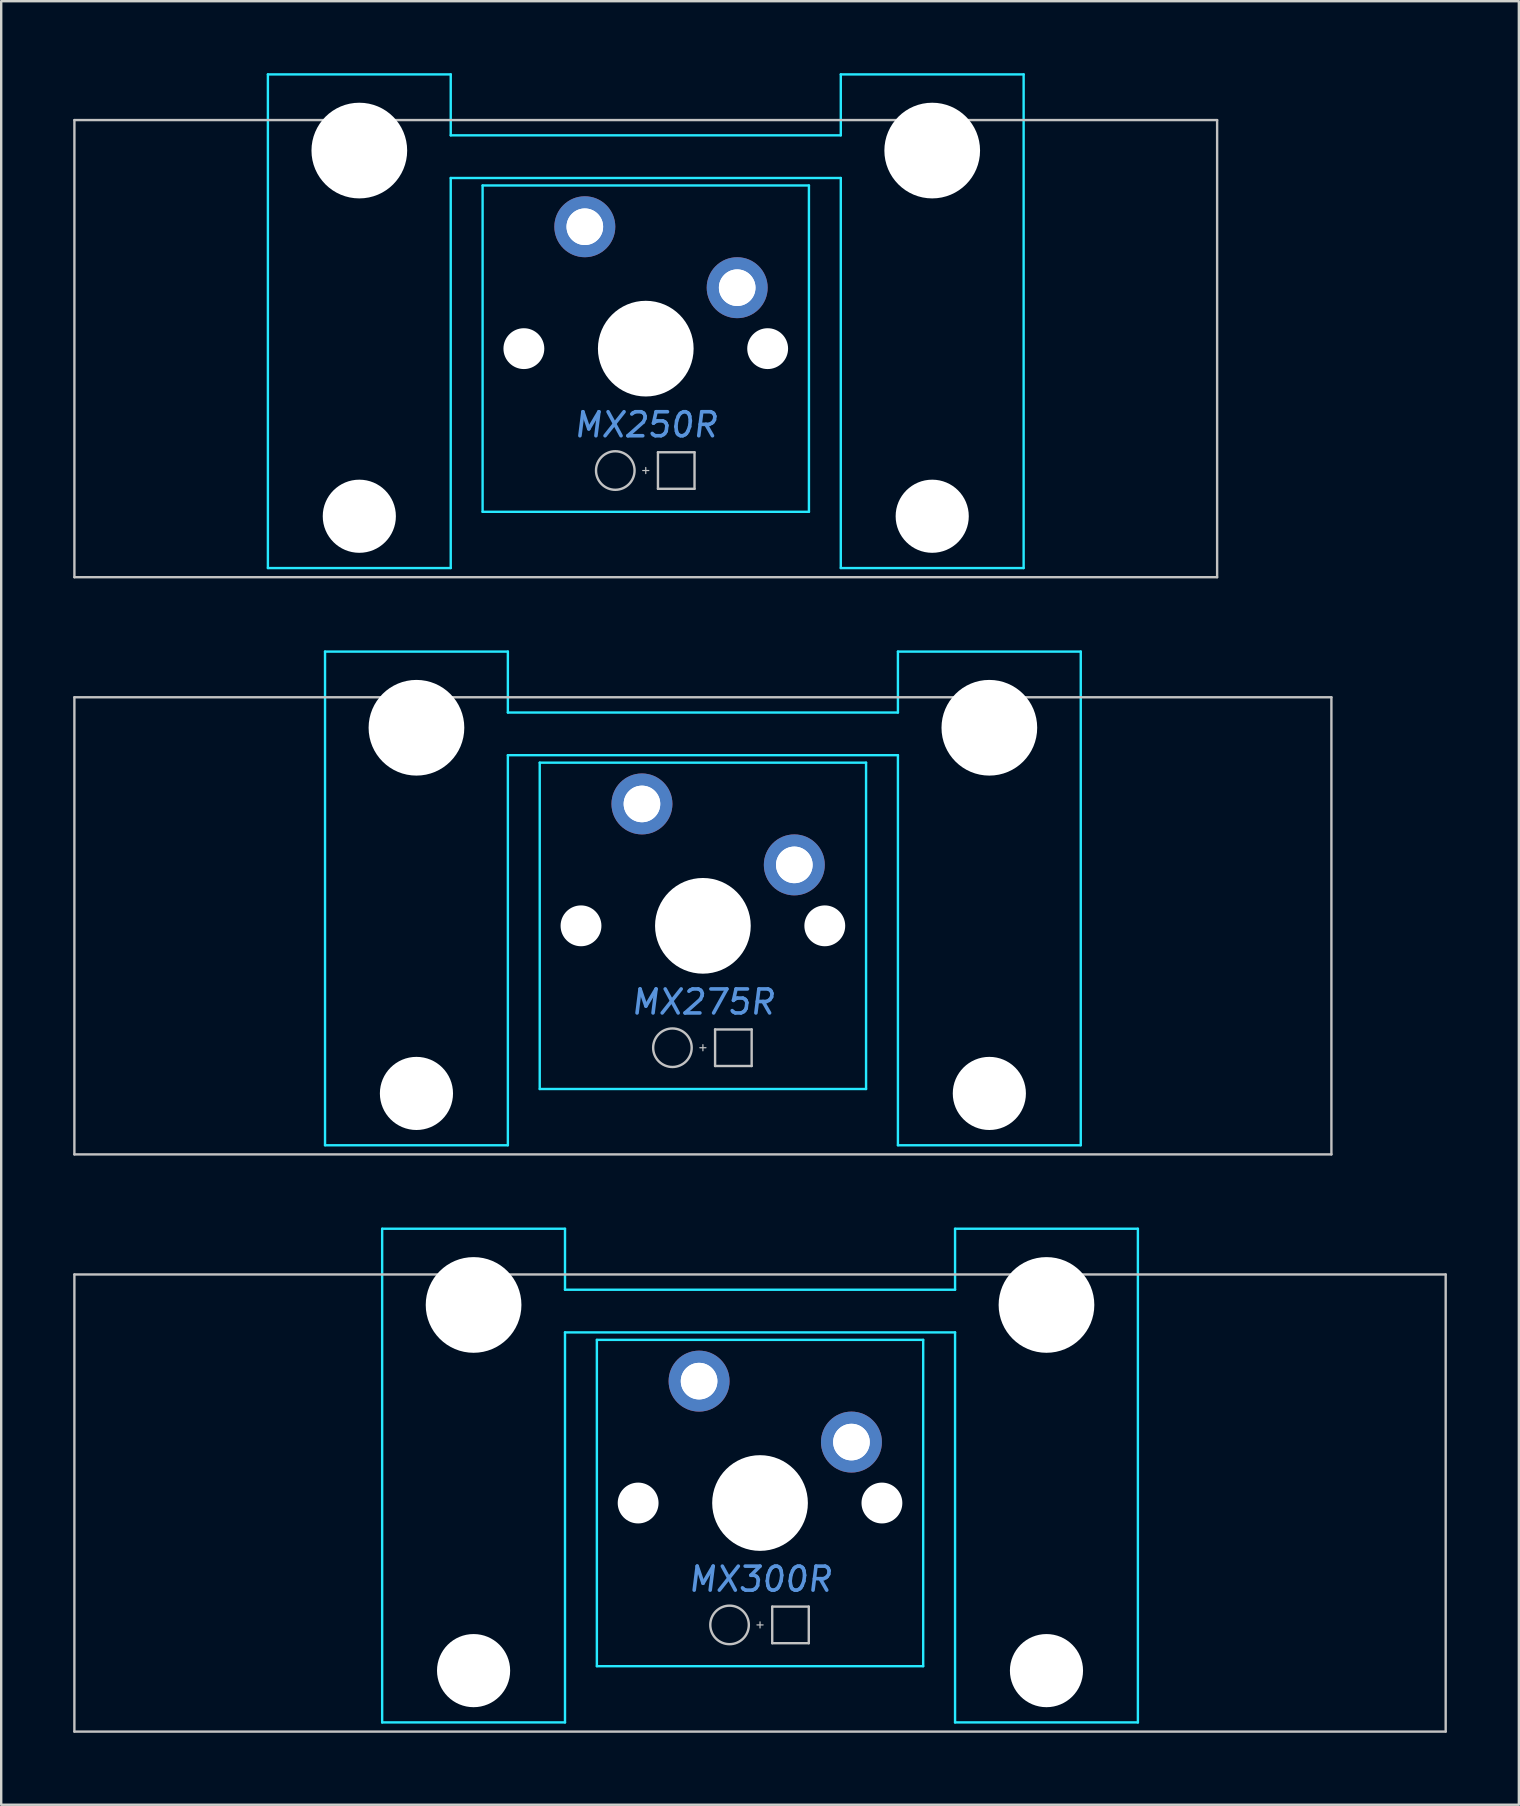
<source format=kicad_pcb>
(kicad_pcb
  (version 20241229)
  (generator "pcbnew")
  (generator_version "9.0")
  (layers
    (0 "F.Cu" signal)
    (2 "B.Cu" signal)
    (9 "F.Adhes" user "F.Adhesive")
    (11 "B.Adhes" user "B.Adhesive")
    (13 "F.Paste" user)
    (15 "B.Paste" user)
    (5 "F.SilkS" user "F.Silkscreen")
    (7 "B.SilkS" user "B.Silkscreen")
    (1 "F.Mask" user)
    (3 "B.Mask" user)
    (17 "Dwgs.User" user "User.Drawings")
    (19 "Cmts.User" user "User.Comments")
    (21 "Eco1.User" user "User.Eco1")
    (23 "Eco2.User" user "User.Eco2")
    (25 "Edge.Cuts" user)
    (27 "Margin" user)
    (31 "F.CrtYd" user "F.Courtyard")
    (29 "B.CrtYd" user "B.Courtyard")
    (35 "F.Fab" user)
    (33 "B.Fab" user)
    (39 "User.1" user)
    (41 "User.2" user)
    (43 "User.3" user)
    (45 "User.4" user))
  (footprint "MX275R"
    (layer "F.Cu")
    (at 26.244 35.535)
    (property "Reference" "MX275R" (at 0 3.175 0) (layer "Cmts.User") (effects (font (size 1 1) (thickness 0.15) (italic yes))))
    (attr through_hole)
    (fp_line (start -26.194 -9.525) (end -26.194 9.525) (stroke (width 0.1) (type solid)) (layer "Dwgs.User"))
    (fp_line (start -26.194 -9.525) (end 26.194 -9.525) (stroke (width 0.1) (type solid)) (layer "Dwgs.User"))
    (fp_line (start -26.194 9.525) (end 26.194 9.525) (stroke (width 0.1) (type solid)) (layer "Dwgs.User"))
    (fp_line (start -0.127 5.08) (end 0.127 5.08) (stroke (width 0.05) (type solid)) (layer "Dwgs.User"))
    (fp_line (start 0 5.207) (end 0 4.953) (stroke (width 0.05) (type solid)) (layer "Dwgs.User"))
    (fp_line (start 0.508 4.318) (end 0.508 5.842) (stroke (width 0.1) (type solid)) (layer "Dwgs.User"))
    (fp_line (start 0.508 4.318) (end 2.032 4.318) (stroke (width 0.1) (type solid)) (layer "Dwgs.User"))
    (fp_line (start 0.508 5.842) (end 2.032 5.842) (stroke (width 0.1) (type solid)) (layer "Dwgs.User"))
    (fp_line (start 2.032 5.842) (end 2.032 4.318) (stroke (width 0.1) (type solid)) (layer "Dwgs.User"))
    (fp_line (start 26.194 -9.525) (end 26.194 9.525) (stroke (width 0.1) (type solid)) (layer "Dwgs.User"))
    (fp_circle (center -1.27 5.08) (end -0.467 5.08) (stroke (width 0.1) (type solid)) (fill no) (layer "Dwgs.User"))
    (fp_line (start -15.748 -11.43) (end -8.128 -11.43) (stroke (width 0.1) (type solid)) (layer "B.CrtYd"))
    (fp_line (start -15.748 9.144) (end -15.748 -11.43) (stroke (width 0.1) (type solid)) (layer "B.CrtYd"))
    (fp_line (start -8.128 -11.43) (end -8.128 -8.89) (stroke (width 0.1) (type solid)) (layer "B.CrtYd"))
    (fp_line (start -8.128 9.144) (end -15.748 9.144) (stroke (width 0.1) (type solid)) (layer "B.CrtYd"))
    (fp_line (start -8.128 9.144) (end -8.128 -7.112) (stroke (width 0.1) (type solid)) (layer "B.CrtYd"))
    (fp_line (start -6.8 6.8) (end -6.8 -6.8) (stroke (width 0.1) (type solid)) (layer "B.CrtYd"))
    (fp_line (start 6.8 -6.8) (end -6.8 -6.8) (stroke (width 0.1) (type solid)) (layer "B.CrtYd"))
    (fp_line (start 6.8 6.8) (end -6.8 6.8) (stroke (width 0.1) (type solid)) (layer "B.CrtYd"))
    (fp_line (start 6.8 6.8) (end 6.8 -6.8) (stroke (width 0.1) (type solid)) (layer "B.CrtYd"))
    (fp_line (start 8.128 -11.43) (end 8.128 -8.89) (stroke (width 0.1) (type solid)) (layer "B.CrtYd"))
    (fp_line (start 8.128 -11.43) (end 15.748 -11.43) (stroke (width 0.1) (type solid)) (layer "B.CrtYd"))
    (fp_line (start 8.128 -8.89) (end -8.128 -8.89) (stroke (width 0.1) (type solid)) (layer "B.CrtYd"))
    (fp_line (start 8.128 -7.112) (end -8.128 -7.112) (stroke (width 0.1) (type solid)) (layer "B.CrtYd"))
    (fp_line (start 8.128 9.144) (end 8.128 -7.112) (stroke (width 0.1) (type solid)) (layer "B.CrtYd"))
    (fp_line (start 15.748 -11.43) (end 15.748 9.144) (stroke (width 0.1) (type solid)) (layer "B.CrtYd"))
    (fp_line (start 15.748 9.144) (end 8.128 9.144) (stroke (width 0.1) (type solid)) (layer "B.CrtYd"))
    (pad "" np_thru_hole circle (at -11.938 -8.255 180) (size 3.988 3.988) (drill 3.988) (layers "*.Cu" "*.Mask"))
    (pad "" np_thru_hole circle (at -11.938 6.985 180) (size 3.048 3.048) (drill 3.048) (layers "*.Cu" "*.Mask"))
    (pad "" np_thru_hole circle (at -5.08 0) (size 1.702 1.702) (drill 1.702) (layers "*.Cu" "*.Mask"))
    (pad "" connect circle (at -2.54 -5.08) (size 1.524 1.524) (layers "B.Mask"))
    (pad "" np_thru_hole circle (at 0 0) (size 3.988 3.988) (drill 3.988) (layers "*.Cu" "*.Mask"))
    (pad "" connect circle (at 3.81 -2.54) (size 1.524 1.524) (layers "B.Mask"))
    (pad "" np_thru_hole circle (at 5.08 0) (size 1.702 1.702) (drill 1.702) (layers "*.Cu" "*.Mask"))
    (pad "" np_thru_hole circle (at 11.938 -8.255 180) (size 3.988 3.988) (drill 3.988) (layers "*.Cu" "*.Mask"))
    (pad "" np_thru_hole circle (at 11.938 6.985 180) (size 3.048 3.048) (drill 3.048) (layers "*.Cu" "*.Mask"))
    (pad "1" thru_hole circle (at -2.54 -5.08) (size 2.032 2.032) (drill 1.524) (layers "B.Cu"))
    (pad "1" thru_hole circle (at -2.54 -5.08) (size 2.54 2.54) (drill 1.524) (layers "F.Cu" "F.Mask"))
    (pad "2" thru_hole circle (at 3.81 -2.54) (size 2.032 2.032) (drill 1.524) (layers "B.Cu"))
    (pad "2" thru_hole circle (at 3.81 -2.54) (size 2.54 2.54) (drill 1.524) (layers "F.Cu" "F.Mask")))
  (footprint "MX250R"
    (layer "F.Cu")
    (at 23.863 11.48)
    (property "Reference" "MX250R" (at 0 3.175 0) (layer "Cmts.User") (effects (font (size 1 1) (thickness 0.15) (italic yes))))
    (attr through_hole)
    (fp_line (start -23.812 -9.525) (end -23.812 9.525) (stroke (width 0.1) (type solid)) (layer "Dwgs.User"))
    (fp_line (start -23.812 -9.525) (end 23.812 -9.525) (stroke (width 0.1) (type solid)) (layer "Dwgs.User"))
    (fp_line (start -23.812 9.525) (end 23.812 9.525) (stroke (width 0.1) (type solid)) (layer "Dwgs.User"))
    (fp_line (start -0.127 5.08) (end 0.127 5.08) (stroke (width 0.05) (type solid)) (layer "Dwgs.User"))
    (fp_line (start 0 5.207) (end 0 4.953) (stroke (width 0.05) (type solid)) (layer "Dwgs.User"))
    (fp_line (start 0.508 4.318) (end 0.508 5.842) (stroke (width 0.1) (type solid)) (layer "Dwgs.User"))
    (fp_line (start 0.508 4.318) (end 2.032 4.318) (stroke (width 0.1) (type solid)) (layer "Dwgs.User"))
    (fp_line (start 0.508 5.842) (end 2.032 5.842) (stroke (width 0.1) (type solid)) (layer "Dwgs.User"))
    (fp_line (start 2.032 5.842) (end 2.032 4.318) (stroke (width 0.1) (type solid)) (layer "Dwgs.User"))
    (fp_line (start 23.812 -9.525) (end 23.812 9.525) (stroke (width 0.1) (type solid)) (layer "Dwgs.User"))
    (fp_circle (center -1.27 5.08) (end -0.467 5.08) (stroke (width 0.1) (type solid)) (fill no) (layer "Dwgs.User"))
    (fp_line (start -15.748 -11.43) (end -8.128 -11.43) (stroke (width 0.1) (type solid)) (layer "B.CrtYd"))
    (fp_line (start -15.748 9.144) (end -15.748 -11.43) (stroke (width 0.1) (type solid)) (layer "B.CrtYd"))
    (fp_line (start -8.128 -11.43) (end -8.128 -8.89) (stroke (width 0.1) (type solid)) (layer "B.CrtYd"))
    (fp_line (start -8.128 9.144) (end -15.748 9.144) (stroke (width 0.1) (type solid)) (layer "B.CrtYd"))
    (fp_line (start -8.128 9.144) (end -8.128 -7.112) (stroke (width 0.1) (type solid)) (layer "B.CrtYd"))
    (fp_line (start -6.8 6.8) (end -6.8 -6.8) (stroke (width 0.1) (type solid)) (layer "B.CrtYd"))
    (fp_line (start 6.8 -6.8) (end -6.8 -6.8) (stroke (width 0.1) (type solid)) (layer "B.CrtYd"))
    (fp_line (start 6.8 6.8) (end -6.8 6.8) (stroke (width 0.1) (type solid)) (layer "B.CrtYd"))
    (fp_line (start 6.8 6.8) (end 6.8 -6.8) (stroke (width 0.1) (type solid)) (layer "B.CrtYd"))
    (fp_line (start 8.128 -11.43) (end 8.128 -8.89) (stroke (width 0.1) (type solid)) (layer "B.CrtYd"))
    (fp_line (start 8.128 -11.43) (end 15.748 -11.43) (stroke (width 0.1) (type solid)) (layer "B.CrtYd"))
    (fp_line (start 8.128 -8.89) (end -8.128 -8.89) (stroke (width 0.1) (type solid)) (layer "B.CrtYd"))
    (fp_line (start 8.128 -7.112) (end -8.128 -7.112) (stroke (width 0.1) (type solid)) (layer "B.CrtYd"))
    (fp_line (start 8.128 9.144) (end 8.128 -7.112) (stroke (width 0.1) (type solid)) (layer "B.CrtYd"))
    (fp_line (start 15.748 -11.43) (end 15.748 9.144) (stroke (width 0.1) (type solid)) (layer "B.CrtYd"))
    (fp_line (start 15.748 9.144) (end 8.128 9.144) (stroke (width 0.1) (type solid)) (layer "B.CrtYd"))
    (pad "" np_thru_hole circle (at -11.938 -8.255 180) (size 3.988 3.988) (drill 3.988) (layers "*.Cu" "*.Mask"))
    (pad "" np_thru_hole circle (at -11.938 6.985 180) (size 3.048 3.048) (drill 3.048) (layers "*.Cu" "*.Mask"))
    (pad "" np_thru_hole circle (at -5.08 0) (size 1.702 1.702) (drill 1.702) (layers "*.Cu" "*.Mask"))
    (pad "" connect circle (at -2.54 -5.08) (size 1.524 1.524) (layers "B.Mask"))
    (pad "" np_thru_hole circle (at 0 0) (size 3.988 3.988) (drill 3.988) (layers "*.Cu" "*.Mask"))
    (pad "" connect circle (at 3.81 -2.54) (size 1.524 1.524) (layers "B.Mask"))
    (pad "" np_thru_hole circle (at 5.08 0) (size 1.702 1.702) (drill 1.702) (layers "*.Cu" "*.Mask"))
    (pad "" np_thru_hole circle (at 11.938 -8.255 180) (size 3.988 3.988) (drill 3.988) (layers "*.Cu" "*.Mask"))
    (pad "" np_thru_hole circle (at 11.938 6.985 180) (size 3.048 3.048) (drill 3.048) (layers "*.Cu" "*.Mask"))
    (pad "1" thru_hole circle (at -2.54 -5.08) (size 2.032 2.032) (drill 1.524) (layers "B.Cu"))
    (pad "1" thru_hole circle (at -2.54 -5.08) (size 2.54 2.54) (drill 1.524) (layers "F.Cu" "F.Mask"))
    (pad "2" thru_hole circle (at 3.81 -2.54) (size 2.032 2.032) (drill 1.524) (layers "B.Cu"))
    (pad "2" thru_hole circle (at 3.81 -2.54) (size 2.54 2.54) (drill 1.524) (layers "F.Cu" "F.Mask")))
  (footprint "MX300R"
    (layer "F.Cu")
    (at 28.625 59.59)
    (property "Reference" "MX300R" (at 0 3.175 0) (layer "Cmts.User") (effects (font (size 1 1) (thickness 0.15) (italic yes))))
    (attr through_hole)
    (fp_line (start -28.575 -9.525) (end -28.575 9.525) (stroke (width 0.1) (type solid)) (layer "Dwgs.User"))
    (fp_line (start -28.575 -9.525) (end 28.575 -9.525) (stroke (width 0.1) (type solid)) (layer "Dwgs.User"))
    (fp_line (start -28.575 9.525) (end 28.575 9.525) (stroke (width 0.1) (type solid)) (layer "Dwgs.User"))
    (fp_line (start -0.127 5.08) (end 0.127 5.08) (stroke (width 0.05) (type solid)) (layer "Dwgs.User"))
    (fp_line (start 0 5.207) (end 0 4.953) (stroke (width 0.05) (type solid)) (layer "Dwgs.User"))
    (fp_line (start 0.508 4.318) (end 0.508 5.842) (stroke (width 0.1) (type solid)) (layer "Dwgs.User"))
    (fp_line (start 0.508 4.318) (end 2.032 4.318) (stroke (width 0.1) (type solid)) (layer "Dwgs.User"))
    (fp_line (start 0.508 5.842) (end 2.032 5.842) (stroke (width 0.1) (type solid)) (layer "Dwgs.User"))
    (fp_line (start 2.032 5.842) (end 2.032 4.318) (stroke (width 0.1) (type solid)) (layer "Dwgs.User"))
    (fp_line (start 28.575 -9.525) (end 28.575 9.525) (stroke (width 0.1) (type solid)) (layer "Dwgs.User"))
    (fp_circle (center -1.27 5.08) (end -0.467 5.08) (stroke (width 0.1) (type solid)) (fill no) (layer "Dwgs.User"))
    (fp_line (start -15.748 -11.43) (end -8.128 -11.43) (stroke (width 0.1) (type solid)) (layer "B.CrtYd"))
    (fp_line (start -15.748 9.144) (end -15.748 -11.43) (stroke (width 0.1) (type solid)) (layer "B.CrtYd"))
    (fp_line (start -8.128 -11.43) (end -8.128 -8.89) (stroke (width 0.1) (type solid)) (layer "B.CrtYd"))
    (fp_line (start -8.128 9.144) (end -15.748 9.144) (stroke (width 0.1) (type solid)) (layer "B.CrtYd"))
    (fp_line (start -8.128 9.144) (end -8.128 -7.112) (stroke (width 0.1) (type solid)) (layer "B.CrtYd"))
    (fp_line (start -6.8 6.8) (end -6.8 -6.8) (stroke (width 0.1) (type solid)) (layer "B.CrtYd"))
    (fp_line (start 6.8 -6.8) (end -6.8 -6.8) (stroke (width 0.1) (type solid)) (layer "B.CrtYd"))
    (fp_line (start 6.8 6.8) (end -6.8 6.8) (stroke (width 0.1) (type solid)) (layer "B.CrtYd"))
    (fp_line (start 6.8 6.8) (end 6.8 -6.8) (stroke (width 0.1) (type solid)) (layer "B.CrtYd"))
    (fp_line (start 8.128 -11.43) (end 8.128 -8.89) (stroke (width 0.1) (type solid)) (layer "B.CrtYd"))
    (fp_line (start 8.128 -11.43) (end 15.748 -11.43) (stroke (width 0.1) (type solid)) (layer "B.CrtYd"))
    (fp_line (start 8.128 -8.89) (end -8.128 -8.89) (stroke (width 0.1) (type solid)) (layer "B.CrtYd"))
    (fp_line (start 8.128 -7.112) (end -8.128 -7.112) (stroke (width 0.1) (type solid)) (layer "B.CrtYd"))
    (fp_line (start 8.128 9.144) (end 8.128 -7.112) (stroke (width 0.1) (type solid)) (layer "B.CrtYd"))
    (fp_line (start 15.748 -11.43) (end 15.748 9.144) (stroke (width 0.1) (type solid)) (layer "B.CrtYd"))
    (fp_line (start 15.748 9.144) (end 8.128 9.144) (stroke (width 0.1) (type solid)) (layer "B.CrtYd"))
    (pad "" np_thru_hole circle (at -11.938 -8.255 180) (size 3.988 3.988) (drill 3.988) (layers "*.Cu" "*.Mask"))
    (pad "" np_thru_hole circle (at -11.938 6.985 180) (size 3.048 3.048) (drill 3.048) (layers "*.Cu" "*.Mask"))
    (pad "" np_thru_hole circle (at -5.08 0) (size 1.702 1.702) (drill 1.702) (layers "*.Cu" "*.Mask"))
    (pad "" connect circle (at -2.54 -5.08) (size 1.524 1.524) (layers "B.Mask"))
    (pad "" np_thru_hole circle (at 0 0) (size 3.988 3.988) (drill 3.988) (layers "*.Cu" "*.Mask"))
    (pad "" connect circle (at 3.81 -2.54) (size 1.524 1.524) (layers "B.Mask"))
    (pad "" np_thru_hole circle (at 5.08 0) (size 1.702 1.702) (drill 1.702) (layers "*.Cu" "*.Mask"))
    (pad "" np_thru_hole circle (at 11.938 -8.255 180) (size 3.988 3.988) (drill 3.988) (layers "*.Cu" "*.Mask"))
    (pad "" np_thru_hole circle (at 11.938 6.985 180) (size 3.048 3.048) (drill 3.048) (layers "*.Cu" "*.Mask"))
    (pad "1" thru_hole circle (at -2.54 -5.08) (size 2.032 2.032) (drill 1.524) (layers "B.Cu"))
    (pad "1" thru_hole circle (at -2.54 -5.08) (size 2.54 2.54) (drill 1.524) (layers "F.Cu" "F.Mask"))
    (pad "2" thru_hole circle (at 3.81 -2.54) (size 2.032 2.032) (drill 1.524) (layers "B.Cu"))
    (pad "2" thru_hole circle (at 3.81 -2.54) (size 2.54 2.54) (drill 1.524) (layers "F.Cu" "F.Mask")))
  (gr_rect
    (start -3 -3)
    (end 60.25 72.165)
    (stroke (width 0.1) (type default))
    (fill no)
    (layer "Edge.Cuts")))
</source>
